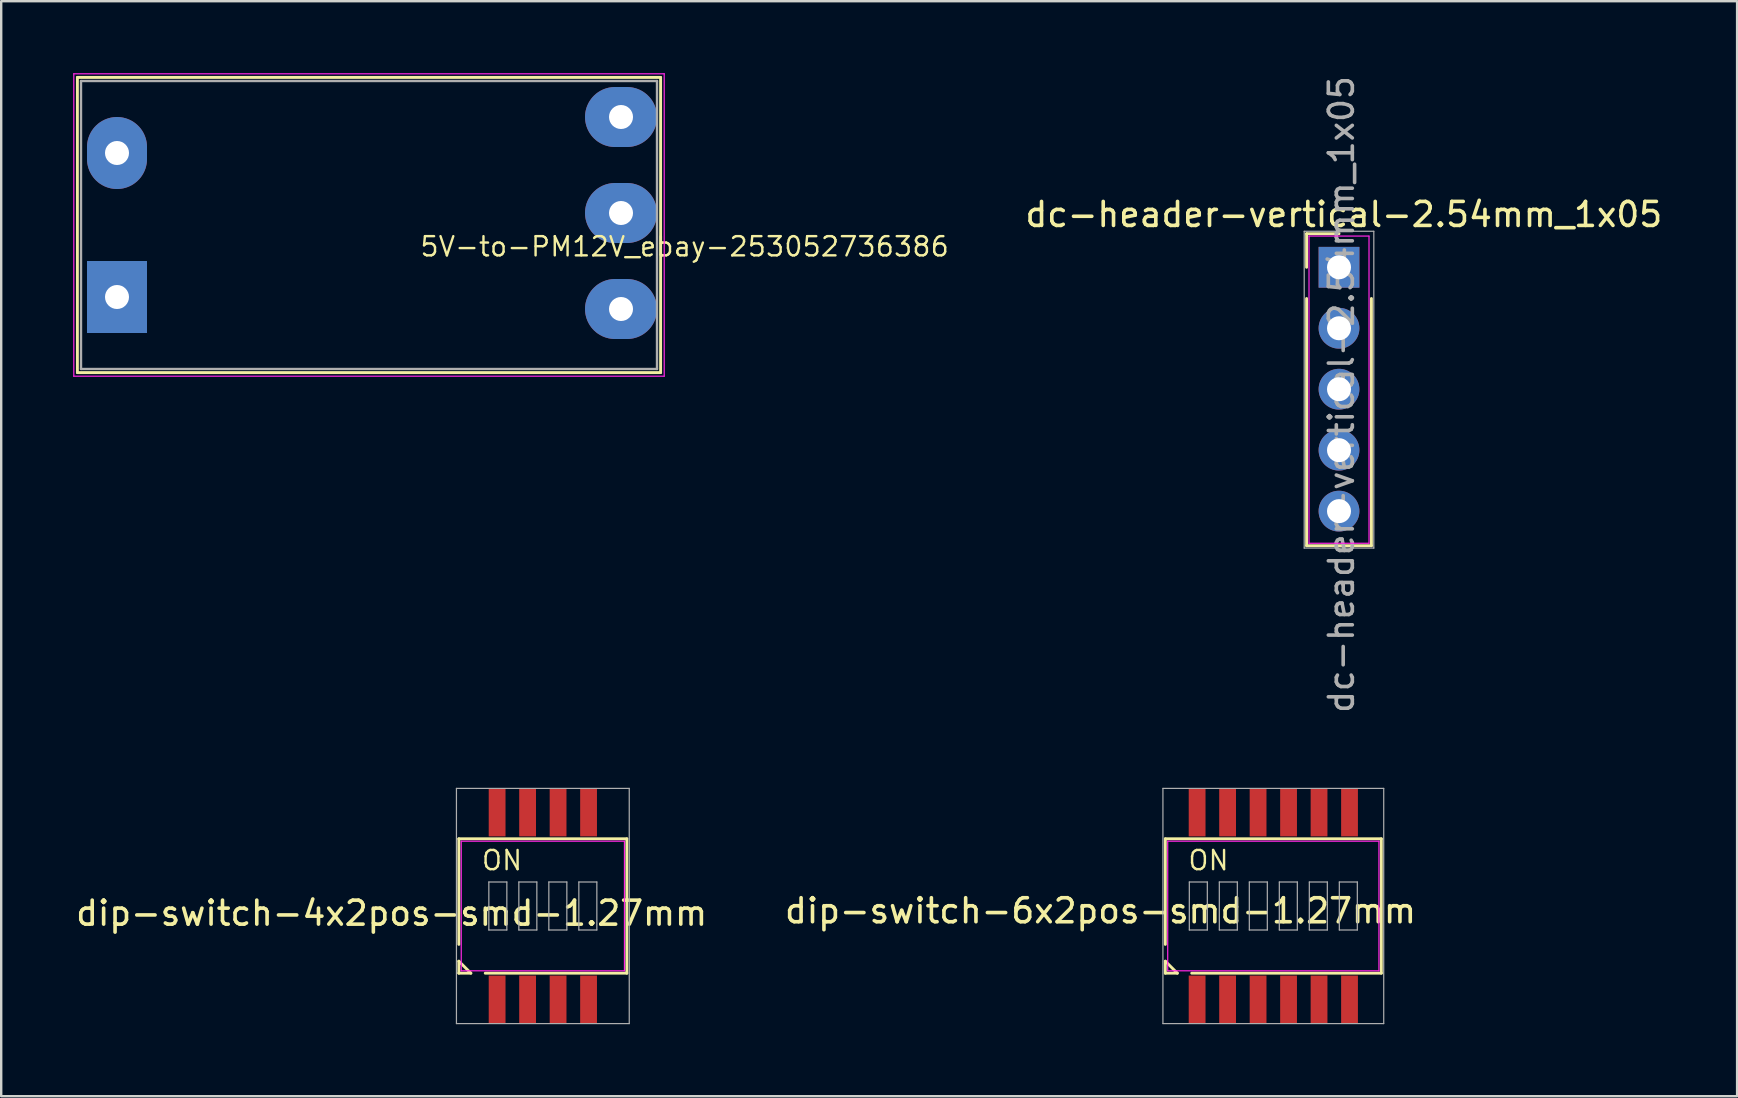
<source format=kicad_pcb>
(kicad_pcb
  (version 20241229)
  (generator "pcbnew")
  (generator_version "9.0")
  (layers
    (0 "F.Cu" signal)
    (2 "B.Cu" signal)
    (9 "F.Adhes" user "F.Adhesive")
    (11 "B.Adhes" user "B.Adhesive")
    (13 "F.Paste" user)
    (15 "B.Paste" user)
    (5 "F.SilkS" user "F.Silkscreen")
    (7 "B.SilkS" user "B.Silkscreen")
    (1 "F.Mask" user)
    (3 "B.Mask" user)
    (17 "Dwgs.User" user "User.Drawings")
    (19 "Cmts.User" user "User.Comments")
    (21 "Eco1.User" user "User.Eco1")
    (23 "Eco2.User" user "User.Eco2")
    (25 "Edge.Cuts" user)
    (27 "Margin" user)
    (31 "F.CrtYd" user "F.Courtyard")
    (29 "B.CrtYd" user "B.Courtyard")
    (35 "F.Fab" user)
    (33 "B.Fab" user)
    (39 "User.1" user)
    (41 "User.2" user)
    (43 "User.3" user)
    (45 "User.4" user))
  (footprint "5V-to-PM12V_ebay-253052736386"
    (layer "F.Cu")
    (at 1.825 6.325)
    (property "Reference" "5V-to-PM12V_ebay-253052736386" (at 23.65 0.9 0) (layer "F.SilkS") (effects (font (size 0.8 0.8) (thickness 0.1))))
    (attr through_hole)
    (fp_line (start -1.65 -6.15) (end -1.65 6.15) (stroke (width 0.12) (type solid)) (layer "F.SilkS"))
    (fp_line (start -1.65 6.15) (end 22.65 6.15) (stroke (width 0.12) (type solid)) (layer "F.SilkS"))
    (fp_line (start 22.65 -6.15) (end -1.65 -6.15) (stroke (width 0.12) (type solid)) (layer "F.SilkS"))
    (fp_line (start 22.65 6.15) (end 22.65 -6.15) (stroke (width 0.12) (type solid)) (layer "F.SilkS"))
    (fp_line (start -1.8 -6.3) (end -1.8 6.3) (stroke (width 0.05) (type solid)) (layer "F.CrtYd"))
    (fp_line (start -1.8 -6.3) (end 22.8 -6.3) (stroke (width 0.05) (type solid)) (layer "F.CrtYd"))
    (fp_line (start 22.8 6.3) (end -1.8 6.3) (stroke (width 0.05) (type solid)) (layer "F.CrtYd"))
    (fp_line (start 22.8 6.3) (end 22.8 -6.3) (stroke (width 0.05) (type solid)) (layer "F.CrtYd"))
    (fp_line (start -1.5 -6) (end 22.5 -6) (stroke (width 0.1) (type solid)) (layer "F.Fab"))
    (fp_line (start -1.5 6) (end -1.5 -6) (stroke (width 0.1) (type solid)) (layer "F.Fab"))
    (fp_line (start 22.5 6) (end -1.5 6) (stroke (width 0.1) (type solid)) (layer "F.Fab"))
    (fp_line (start 22.5 6) (end 22.5 -6) (stroke (width 0.1) (type solid)) (layer "F.Fab"))
    (pad "1" thru_hole rect (at 0 3 90) (size 3 2.5) (drill 1) (layers "*.Cu" "*.Mask"))
    (pad "2" thru_hole oval (at 0 -3 90) (size 3 2.5) (drill 1) (layers "*.Cu" "*.Mask"))
    (pad "3" thru_hole oval (at 21 -4.5 90) (size 2.5 3) (drill 1) (layers "*.Cu" "*.Mask"))
    (pad "4" thru_hole oval (at 21 -0.5 90) (size 2.5 3) (drill 1) (layers "*.Cu" "*.Mask"))
    (pad "5" thru_hole oval (at 21 3.5 90) (size 2.5 3) (drill 1) (layers "*.Cu" "*.Mask")))
  (footprint "dip-switch-4x2pos-smd-1.27mm"
    (layer "F.Cu")
    (at 19.568 34.699)
    (property "Reference" "dip-switch-4x2pos-smd-1.27mm" (at -6.3 0.3 0) (layer "F.SilkS") (effects (font (size 1 1) (thickness 0.15))))
    (attr through_hole)
    (fp_line (start -3.5 -2.8) (end 3.5 -2.8) (stroke (width 0.12) (type solid)) (layer "F.SilkS"))
    (fp_line (start -3.5 1.6) (end -3.5 -2.8) (stroke (width 0.12) (type solid)) (layer "F.SilkS"))
    (fp_line (start -3.5 2.8) (end -3.5 2.3) (stroke (width 0.12) (type solid)) (layer "F.SilkS"))
    (fp_line (start -3 2.8) (end -3.5 2.3) (stroke (width 0.12) (type solid)) (layer "F.SilkS"))
    (fp_line (start -3 2.8) (end -3.5 2.8) (stroke (width 0.12) (type solid)) (layer "F.SilkS"))
    (fp_line (start 3.5 -2.8) (end 3.5 2.8) (stroke (width 0.12) (type solid)) (layer "F.SilkS"))
    (fp_line (start 3.5 2.8) (end -2.4 2.8) (stroke (width 0.12) (type solid)) (layer "F.SilkS"))
    (fp_line (start -3.4 -2.7) (end 3.4 -2.7) (stroke (width 0.05) (type solid)) (layer "F.CrtYd"))
    (fp_line (start -3.4 2.7) (end -3.4 -2.7) (stroke (width 0.05) (type solid)) (layer "F.CrtYd"))
    (fp_line (start 3.4 -2.7) (end 3.4 2.7) (stroke (width 0.05) (type solid)) (layer "F.CrtYd"))
    (fp_line (start 3.4 2.7) (end -3.4 2.7) (stroke (width 0.05) (type solid)) (layer "F.CrtYd"))
    (fp_line (start -3.6 -4.9) (end 3.6 -4.9) (stroke (width 0.05) (type solid)) (layer "F.Fab"))
    (fp_line (start -3.6 4.9) (end -3.6 -4.9) (stroke (width 0.05) (type solid)) (layer "F.Fab"))
    (fp_line (start -2.25 -1) (end -1.5 -1) (stroke (width 0.05) (type solid)) (layer "F.Fab"))
    (fp_line (start -2.25 1) (end -2.25 -1) (stroke (width 0.05) (type solid)) (layer "F.Fab"))
    (fp_line (start -1.5 -1) (end -1.5 1) (stroke (width 0.05) (type solid)) (layer "F.Fab"))
    (fp_line (start -1.5 1) (end -2.25 1) (stroke (width 0.05) (type solid)) (layer "F.Fab"))
    (fp_line (start -1 -1) (end -0.25 -1) (stroke (width 0.05) (type solid)) (layer "F.Fab"))
    (fp_line (start -1 1) (end -1 -1) (stroke (width 0.05) (type solid)) (layer "F.Fab"))
    (fp_line (start -0.25 -1) (end -0.25 1) (stroke (width 0.05) (type solid)) (layer "F.Fab"))
    (fp_line (start -0.25 1) (end -1 1) (stroke (width 0.05) (type solid)) (layer "F.Fab"))
    (fp_line (start 0.25 -1) (end 0.25 1) (stroke (width 0.05) (type solid)) (layer "F.Fab"))
    (fp_line (start 0.25 1) (end 1 1) (stroke (width 0.05) (type solid)) (layer "F.Fab"))
    (fp_line (start 1 -1) (end 0.25 -1) (stroke (width 0.05) (type solid)) (layer "F.Fab"))
    (fp_line (start 1 1) (end 1 -1) (stroke (width 0.05) (type solid)) (layer "F.Fab"))
    (fp_line (start 1.5 -1) (end 1.5 1) (stroke (width 0.05) (type solid)) (layer "F.Fab"))
    (fp_line (start 1.5 1) (end 2.25 1) (stroke (width 0.05) (type solid)) (layer "F.Fab"))
    (fp_line (start 2.25 -1) (end 1.5 -1) (stroke (width 0.05) (type solid)) (layer "F.Fab"))
    (fp_line (start 2.25 1) (end 2.25 -1) (stroke (width 0.05) (type solid)) (layer "F.Fab"))
    (fp_line (start 3.6 -4.9) (end 3.6 4.9) (stroke (width 0.05) (type solid)) (layer "F.Fab"))
    (fp_line (start 3.6 4.9) (end -3.6 4.9) (stroke (width 0.05) (type solid)) (layer "F.Fab"))
    (fp_text user "ON" (at -1.7 -1.9 0) (layer "F.SilkS") (effects (font (size 0.8 0.8) (thickness 0.1))))
    (pad "1" smd rect (at -1.905 3.9) (size 0.7 2) (layers "F.Cu" "F.Mask" "F.Paste"))
    (pad "2" smd rect (at -1.905 -3.9) (size 0.7 2) (layers "F.Cu" "F.Mask" "F.Paste"))
    (pad "3" smd rect (at -0.635 3.9) (size 0.7 2) (layers "F.Cu" "F.Mask" "F.Paste"))
    (pad "4" smd rect (at -0.635 -3.9) (size 0.7 2) (layers "F.Cu" "F.Mask" "F.Paste"))
    (pad "5" smd rect (at 0.635 3.9) (size 0.7 2) (layers "F.Cu" "F.Mask" "F.Paste"))
    (pad "6" smd rect (at 0.635 -3.9) (size 0.7 2) (layers "F.Cu" "F.Mask" "F.Paste"))
    (pad "7" smd rect (at 1.905 3.9) (size 0.7 2) (layers "F.Cu" "F.Mask" "F.Paste"))
    (pad "8" smd rect (at 1.905 -3.9) (size 0.7 2) (layers "F.Cu" "F.Mask" "F.Paste")))
  (footprint "dip-switch-6x2pos-smd-1.27mm"
    (layer "F.Cu")
    (at 50.004 34.699)
    (property "Reference" "dip-switch-6x2pos-smd-1.27mm" (at -7.2 0.2 0) (layer "F.SilkS") (effects (font (size 1 1) (thickness 0.15))))
    (attr through_hole)
    (fp_line (start -4.5 -2.8) (end 4.5 -2.8) (stroke (width 0.12) (type solid)) (layer "F.SilkS"))
    (fp_line (start -4.5 1.6) (end -4.5 -2.8) (stroke (width 0.12) (type solid)) (layer "F.SilkS"))
    (fp_line (start -4.5 2.8) (end -4.5 2.3) (stroke (width 0.12) (type solid)) (layer "F.SilkS"))
    (fp_line (start -4 2.8) (end -4.5 2.3) (stroke (width 0.12) (type solid)) (layer "F.SilkS"))
    (fp_line (start -4 2.8) (end -4.5 2.8) (stroke (width 0.12) (type solid)) (layer "F.SilkS"))
    (fp_line (start 4.5 -2.8) (end 4.5 2.8) (stroke (width 0.12) (type solid)) (layer "F.SilkS"))
    (fp_line (start 4.5 2.8) (end -3.4 2.8) (stroke (width 0.12) (type solid)) (layer "F.SilkS"))
    (fp_line (start -4.4 -2.7) (end 4.4 -2.7) (stroke (width 0.05) (type solid)) (layer "F.CrtYd"))
    (fp_line (start -4.4 2.7) (end -4.4 -2.7) (stroke (width 0.05) (type solid)) (layer "F.CrtYd"))
    (fp_line (start 4.4 -2.7) (end 4.4 2.7) (stroke (width 0.05) (type solid)) (layer "F.CrtYd"))
    (fp_line (start 4.4 2.7) (end -4.4 2.7) (stroke (width 0.05) (type solid)) (layer "F.CrtYd"))
    (fp_line (start -4.6 -4.9) (end 4.6 -4.9) (stroke (width 0.05) (type solid)) (layer "F.Fab"))
    (fp_line (start -4.6 4.9) (end -4.6 -4.9) (stroke (width 0.05) (type solid)) (layer "F.Fab"))
    (fp_line (start -3.5 -1) (end -2.75 -1) (stroke (width 0.05) (type solid)) (layer "F.Fab"))
    (fp_line (start -3.5 1) (end -3.5 -1) (stroke (width 0.05) (type solid)) (layer "F.Fab"))
    (fp_line (start -2.75 -1) (end -2.75 1) (stroke (width 0.05) (type solid)) (layer "F.Fab"))
    (fp_line (start -2.75 1) (end -3.5 1) (stroke (width 0.05) (type solid)) (layer "F.Fab"))
    (fp_line (start -2.25 -1) (end -1.5 -1) (stroke (width 0.05) (type solid)) (layer "F.Fab"))
    (fp_line (start -2.25 1) (end -2.25 -1) (stroke (width 0.05) (type solid)) (layer "F.Fab"))
    (fp_line (start -1.5 -1) (end -1.5 1) (stroke (width 0.05) (type solid)) (layer "F.Fab"))
    (fp_line (start -1.5 1) (end -2.25 1) (stroke (width 0.05) (type solid)) (layer "F.Fab"))
    (fp_line (start -1 -1) (end -0.25 -1) (stroke (width 0.05) (type solid)) (layer "F.Fab"))
    (fp_line (start -1 1) (end -1 -1) (stroke (width 0.05) (type solid)) (layer "F.Fab"))
    (fp_line (start -0.25 -1) (end -0.25 1) (stroke (width 0.05) (type solid)) (layer "F.Fab"))
    (fp_line (start -0.25 1) (end -1 1) (stroke (width 0.05) (type solid)) (layer "F.Fab"))
    (fp_line (start 0.25 -1) (end 0.25 1) (stroke (width 0.05) (type solid)) (layer "F.Fab"))
    (fp_line (start 0.25 1) (end 1 1) (stroke (width 0.05) (type solid)) (layer "F.Fab"))
    (fp_line (start 1 -1) (end 0.25 -1) (stroke (width 0.05) (type solid)) (layer "F.Fab"))
    (fp_line (start 1 1) (end 1 -1) (stroke (width 0.05) (type solid)) (layer "F.Fab"))
    (fp_line (start 1.5 -1) (end 1.5 1) (stroke (width 0.05) (type solid)) (layer "F.Fab"))
    (fp_line (start 1.5 1) (end 2.25 1) (stroke (width 0.05) (type solid)) (layer "F.Fab"))
    (fp_line (start 2.25 -1) (end 1.5 -1) (stroke (width 0.05) (type solid)) (layer "F.Fab"))
    (fp_line (start 2.25 1) (end 2.25 -1) (stroke (width 0.05) (type solid)) (layer "F.Fab"))
    (fp_line (start 2.75 -1) (end 2.75 1) (stroke (width 0.05) (type solid)) (layer "F.Fab"))
    (fp_line (start 2.75 1) (end 3.5 1) (stroke (width 0.05) (type solid)) (layer "F.Fab"))
    (fp_line (start 3.5 -1) (end 2.75 -1) (stroke (width 0.05) (type solid)) (layer "F.Fab"))
    (fp_line (start 3.5 1) (end 3.5 -1) (stroke (width 0.05) (type solid)) (layer "F.Fab"))
    (fp_line (start 4.6 -4.9) (end 4.6 4.9) (stroke (width 0.05) (type solid)) (layer "F.Fab"))
    (fp_line (start 4.6 4.9) (end -4.6 4.9) (stroke (width 0.05) (type solid)) (layer "F.Fab"))
    (fp_text user "ON" (at -2.7 -1.9 0) (layer "F.SilkS") (effects (font (size 0.8 0.8) (thickness 0.1))))
    (pad "1" smd rect (at -3.175 3.9) (size 0.7 2) (layers "F.Cu" "F.Mask" "F.Paste"))
    (pad "2" smd rect (at -3.175 -3.9) (size 0.7 2) (layers "F.Cu" "F.Mask" "F.Paste"))
    (pad "3" smd rect (at -1.905 3.9) (size 0.7 2) (layers "F.Cu" "F.Mask" "F.Paste"))
    (pad "4" smd rect (at -1.905 -3.9) (size 0.7 2) (layers "F.Cu" "F.Mask" "F.Paste"))
    (pad "5" smd rect (at -0.635 3.9) (size 0.7 2) (layers "F.Cu" "F.Mask" "F.Paste"))
    (pad "6" smd rect (at -0.635 -3.9) (size 0.7 2) (layers "F.Cu" "F.Mask" "F.Paste"))
    (pad "7" smd rect (at 0.635 3.9) (size 0.7 2) (layers "F.Cu" "F.Mask" "F.Paste"))
    (pad "8" smd rect (at 0.635 -3.9) (size 0.7 2) (layers "F.Cu" "F.Mask" "F.Paste"))
    (pad "9" smd rect (at 1.905 3.9) (size 0.7 2) (layers "F.Cu" "F.Mask" "F.Paste"))
    (pad "10" smd rect (at 1.905 -3.9) (size 0.7 2) (layers "F.Cu" "F.Mask" "F.Paste"))
    (pad "11" smd rect (at 3.175 3.9) (size 0.7 2) (layers "F.Cu" "F.Mask" "F.Paste"))
    (pad "12" smd rect (at 3.175 -3.9) (size 0.7 2) (layers "F.Cu" "F.Mask" "F.Paste")))
  (footprint "dc-header-vertical-2.54mm_1x05"
    (layer "F.Cu")
    (at 52.741 8.087)
    (property "Reference" "dc-header-vertical-2.54mm_1x05" (at 0.2 -2.2 0) (layer "F.SilkS") (effects (font (size 1 1) (thickness 0.15))))
    (attr through_hole)
    (fp_line (start -1.35 -1.4) (end 0 -1.4) (stroke (width 0.12) (type solid)) (layer "F.SilkS"))
    (fp_line (start -1.35 0) (end -1.35 -1.4) (stroke (width 0.12) (type solid)) (layer "F.SilkS"))
    (fp_line (start -1.35 1.3) (end -1.35 11.6) (stroke (width 0.12) (type solid)) (layer "F.SilkS"))
    (fp_line (start -1.35 11.6) (end 1.35 11.6) (stroke (width 0.12) (type solid)) (layer "F.SilkS"))
    (fp_line (start 1.35 1.3) (end 1.35 11.6) (stroke (width 0.12) (type solid)) (layer "F.SilkS"))
    (fp_line (start -1.25 -1.3) (end -1.25 11.5) (stroke (width 0.05) (type solid)) (layer "F.CrtYd"))
    (fp_line (start -1.25 11.5) (end 1.25 11.5) (stroke (width 0.05) (type solid)) (layer "F.CrtYd"))
    (fp_line (start 1.25 -1.3) (end -1.25 -1.3) (stroke (width 0.05) (type solid)) (layer "F.CrtYd"))
    (fp_line (start 1.25 11.5) (end 1.25 -1.3) (stroke (width 0.05) (type solid)) (layer "F.CrtYd"))
    (fp_line (start -1.45 -1.5) (end -1.45 11.7) (stroke (width 0.05) (type solid)) (layer "F.Fab"))
    (fp_line (start -1.45 11.7) (end 1.45 11.7) (stroke (width 0.05) (type solid)) (layer "F.Fab"))
    (fp_line (start 1.45 -1.5) (end -1.45 -1.5) (stroke (width 0.05) (type solid)) (layer "F.Fab"))
    (fp_line (start 1.45 11.7) (end 1.45 -1.5) (stroke (width 0.05) (type solid)) (layer "F.Fab"))
    (fp_text user "${REFERENCE}" (at 0.1 5.3 90) (layer "F.Fab") (effects (font (size 1 1) (thickness 0.15))))
    (pad "1" thru_hole rect (at 0 0) (size 1.7 1.7) (drill 1) (layers "*.Cu" "*.Mask"))
    (pad "2" thru_hole oval (at 0 2.54) (size 1.7 1.7) (drill 1) (layers "*.Cu" "*.Mask"))
    (pad "3" thru_hole oval (at 0 5.08) (size 1.7 1.7) (drill 1) (layers "*.Cu" "*.Mask"))
    (pad "4" thru_hole oval (at 0 7.62) (size 1.7 1.7) (drill 1) (layers "*.Cu" "*.Mask"))
    (pad "5" thru_hole oval (at 0 10.16) (size 1.7 1.7) (drill 1) (layers "*.Cu" "*.Mask")))
  (gr_rect
    (start -3 -3)
    (end 69.328 42.624)
    (stroke (width 0.1) (type default))
    (fill no)
    (layer "Edge.Cuts")))
</source>
